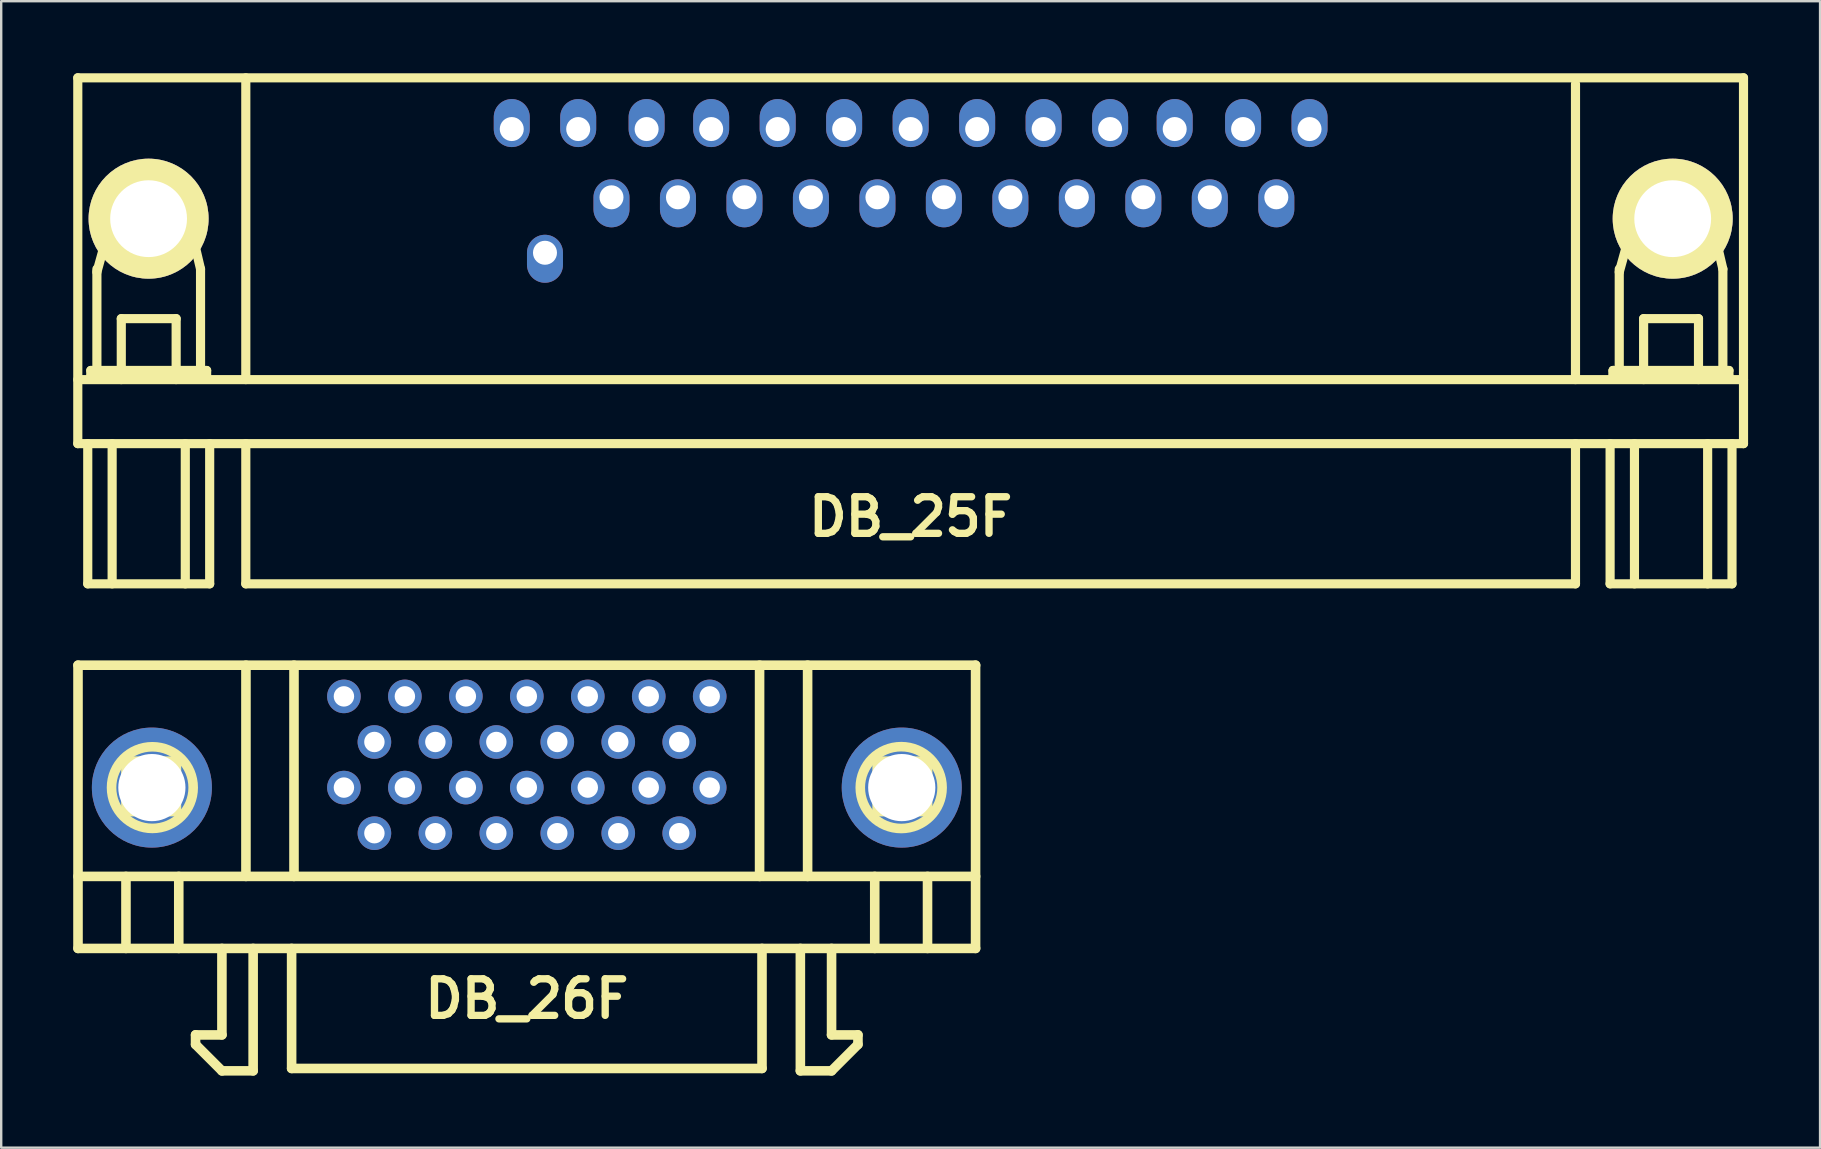
<source format=kicad_pcb>
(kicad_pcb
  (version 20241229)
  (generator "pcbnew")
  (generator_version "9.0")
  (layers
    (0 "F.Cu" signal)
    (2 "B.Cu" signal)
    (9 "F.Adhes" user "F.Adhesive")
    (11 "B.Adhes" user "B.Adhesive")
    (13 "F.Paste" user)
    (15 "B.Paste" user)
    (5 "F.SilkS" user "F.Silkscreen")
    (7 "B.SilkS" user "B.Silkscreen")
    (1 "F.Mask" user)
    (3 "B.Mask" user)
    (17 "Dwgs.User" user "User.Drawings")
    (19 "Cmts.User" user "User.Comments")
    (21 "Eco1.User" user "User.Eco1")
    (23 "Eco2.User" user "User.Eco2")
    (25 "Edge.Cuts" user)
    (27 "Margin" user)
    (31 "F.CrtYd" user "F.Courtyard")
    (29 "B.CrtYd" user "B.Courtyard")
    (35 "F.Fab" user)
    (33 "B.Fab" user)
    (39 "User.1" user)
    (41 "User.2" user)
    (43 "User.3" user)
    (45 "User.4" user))
  (footprint "DB_26F"
    (layer "F.Cu")
    (at 18.899 35.365)
    (property "Reference" "DB_26F" (at 0 3.2 0) (layer "F.SilkS") (effects (font (size 1.524 1.524) (thickness 0.305))))
    (attr through_hole)
    (fp_line (start -18.699 -10.701) (end -18.699 1.1) (stroke (width 0.399) (type solid)) (layer "F.SilkS"))
    (fp_line (start -18.699 -10.701) (end 18.699 -10.701) (stroke (width 0.399) (type solid)) (layer "F.SilkS"))
    (fp_line (start -18.699 1.1) (end 18.699 1.1) (stroke (width 0.399) (type solid)) (layer "F.SilkS"))
    (fp_line (start -16.701 -6.701) (end -14.6 -6.701) (stroke (width 0.399) (type solid)) (layer "F.SilkS"))
    (fp_line (start -16.701 -4.6) (end -16.701 -6.701) (stroke (width 0.399) (type solid)) (layer "F.SilkS"))
    (fp_line (start -16.701 -1.9) (end -16.701 1.1) (stroke (width 0.399) (type solid)) (layer "F.SilkS"))
    (fp_line (start -14.6 -6.701) (end -14.6 -4.6) (stroke (width 0.399) (type solid)) (layer "F.SilkS"))
    (fp_line (start -14.6 -4.6) (end -16.701 -4.6) (stroke (width 0.399) (type solid)) (layer "F.SilkS"))
    (fp_line (start -14.501 1.1) (end -14.501 -1.9) (stroke (width 0.399) (type solid)) (layer "F.SilkS"))
    (fp_line (start -13.802 4.699) (end -13.802 5.1) (stroke (width 0.399) (type solid)) (layer "F.SilkS"))
    (fp_line (start -13.8 4.704) (end -12.7 4.704) (stroke (width 0.399) (type solid)) (layer "F.SilkS"))
    (fp_line (start -12.703 4.699) (end -12.703 1.1) (stroke (width 0.399) (type solid)) (layer "F.SilkS"))
    (fp_line (start -12.703 6.2) (end -11.402 6.2) (stroke (width 0.399) (type solid)) (layer "F.SilkS"))
    (fp_line (start -12.7 6.203) (end -13.8 5.103) (stroke (width 0.399) (type solid)) (layer "F.SilkS"))
    (fp_line (start -11.702 -1.9) (end -11.702 -10.701) (stroke (width 0.399) (type solid)) (layer "F.SilkS"))
    (fp_line (start -11.402 6.2) (end -11.402 1.1) (stroke (width 0.399) (type solid)) (layer "F.SilkS"))
    (fp_line (start -9.799 6.101) (end -9.799 1.1) (stroke (width 0.399) (type solid)) (layer "F.SilkS"))
    (fp_line (start -9.799 6.101) (end 9.799 6.101) (stroke (width 0.399) (type solid)) (layer "F.SilkS"))
    (fp_line (start -9.7 -10.701) (end -9.7 -1.9) (stroke (width 0.399) (type solid)) (layer "F.SilkS"))
    (fp_line (start 9.698 -10.701) (end 9.698 -1.9) (stroke (width 0.399) (type solid)) (layer "F.SilkS"))
    (fp_line (start 9.799 6.101) (end 9.799 1.1) (stroke (width 0.399) (type solid)) (layer "F.SilkS"))
    (fp_line (start 11.397 6.2) (end 11.397 1.1) (stroke (width 0.399) (type solid)) (layer "F.SilkS"))
    (fp_line (start 11.699 -1.9) (end 11.699 -10.701) (stroke (width 0.399) (type solid)) (layer "F.SilkS"))
    (fp_line (start 12.695 6.203) (end 13.795 5.103) (stroke (width 0.399) (type solid)) (layer "F.SilkS"))
    (fp_line (start 12.697 4.699) (end 12.697 1.1) (stroke (width 0.399) (type solid)) (layer "F.SilkS"))
    (fp_line (start 12.697 6.2) (end 11.397 6.2) (stroke (width 0.399) (type solid)) (layer "F.SilkS"))
    (fp_line (start 13.795 4.704) (end 12.695 4.704) (stroke (width 0.399) (type solid)) (layer "F.SilkS"))
    (fp_line (start 13.797 4.699) (end 13.797 5.1) (stroke (width 0.399) (type solid)) (layer "F.SilkS"))
    (fp_line (start 14.496 -1.9) (end 14.496 1.1) (stroke (width 0.399) (type solid)) (layer "F.SilkS"))
    (fp_line (start 14.597 -6.701) (end 14.597 -4.6) (stroke (width 0.399) (type solid)) (layer "F.SilkS"))
    (fp_line (start 14.597 -4.6) (end 16.698 -4.6) (stroke (width 0.399) (type solid)) (layer "F.SilkS"))
    (fp_line (start 16.695 -1.9) (end 16.695 1.1) (stroke (width 0.399) (type solid)) (layer "F.SilkS"))
    (fp_line (start 16.698 -6.701) (end 14.597 -6.701) (stroke (width 0.399) (type solid)) (layer "F.SilkS"))
    (fp_line (start 16.698 -4.6) (end 16.698 -6.701) (stroke (width 0.399) (type solid)) (layer "F.SilkS"))
    (fp_line (start 18.697 1.1) (end 18.697 -10.701) (stroke (width 0.399) (type solid)) (layer "F.SilkS"))
    (fp_line (start 18.699 -1.9) (end -18.699 -1.9) (stroke (width 0.399) (type solid)) (layer "F.SilkS"))
    (fp_circle (center -15.601 -5.601) (end -17.102 -6.401) (stroke (width 0.399) (type solid)) (fill no) (layer "F.SilkS"))
    (fp_circle (center 15.598 -5.601) (end 17.3 -5.499) (stroke (width 0.399) (type solid)) (fill no) (layer "F.SilkS"))
    (pad "" thru_hole circle (at -15.621 -5.601) (size 5.001 5.001) (drill 2.799) (layers "*.Cu" "*.Mask"))
    (pad "" thru_hole circle (at 15.621 -5.601) (size 5.001 5.001) (drill 2.799) (layers "*.Cu" "*.Mask"))
    (pad "1" thru_hole circle (at 7.62 -9.401) (size 1.4 1.4) (drill 0.851) (layers "*.Cu" "*.Mask"))
    (pad "2" thru_hole circle (at 6.35 -7.501) (size 1.4 1.4) (drill 0.851) (layers "*.Cu" "*.Mask"))
    (pad "3" thru_hole circle (at 5.08 -9.401) (size 1.4 1.4) (drill 0.851) (layers "*.Cu" "*.Mask"))
    (pad "4" thru_hole circle (at 3.81 -7.501) (size 1.4 1.4) (drill 0.851) (layers "*.Cu" "*.Mask"))
    (pad "5" thru_hole circle (at 2.54 -9.401) (size 1.4 1.4) (drill 0.851) (layers "*.Cu" "*.Mask"))
    (pad "6" thru_hole circle (at 1.27 -7.501) (size 1.4 1.4) (drill 0.851) (layers "*.Cu" "*.Mask"))
    (pad "7" thru_hole circle (at 0 -9.401) (size 1.4 1.4) (drill 0.851) (layers "*.Cu" "*.Mask"))
    (pad "8" thru_hole circle (at -1.27 -7.501) (size 1.4 1.4) (drill 0.851) (layers "*.Cu" "*.Mask"))
    (pad "9" thru_hole circle (at -2.54 -9.401) (size 1.4 1.4) (drill 0.851) (layers "*.Cu" "*.Mask"))
    (pad "10" thru_hole circle (at -3.81 -7.501) (size 1.4 1.4) (drill 0.851) (layers "*.Cu" "*.Mask"))
    (pad "11" thru_hole circle (at -5.08 -9.401) (size 1.4 1.4) (drill 0.851) (layers "*.Cu" "*.Mask"))
    (pad "12" thru_hole circle (at -6.35 -7.501) (size 1.4 1.4) (drill 0.851) (layers "*.Cu" "*.Mask"))
    (pad "13" thru_hole circle (at -7.62 -9.401) (size 1.4 1.4) (drill 0.851) (layers "*.Cu" "*.Mask"))
    (pad "14" thru_hole circle (at 7.62 -5.601) (size 1.4 1.4) (drill 0.851) (layers "*.Cu" "*.Mask"))
    (pad "15" thru_hole circle (at 6.35 -3.701) (size 1.4 1.4) (drill 0.851) (layers "*.Cu" "*.Mask"))
    (pad "16" thru_hole circle (at 5.08 -5.601) (size 1.4 1.4) (drill 0.851) (layers "*.Cu" "*.Mask"))
    (pad "17" thru_hole circle (at 3.81 -3.701) (size 1.4 1.4) (drill 0.851) (layers "*.Cu" "*.Mask"))
    (pad "18" thru_hole circle (at 2.54 -5.601) (size 1.4 1.4) (drill 0.851) (layers "*.Cu" "*.Mask"))
    (pad "19" thru_hole circle (at 1.27 -3.701) (size 1.4 1.4) (drill 0.851) (layers "*.Cu" "*.Mask"))
    (pad "20" thru_hole circle (at 0 -5.601) (size 1.4 1.4) (drill 0.851) (layers "*.Cu" "*.Mask"))
    (pad "21" thru_hole circle (at -1.27 -3.701) (size 1.4 1.4) (drill 0.851) (layers "*.Cu" "*.Mask"))
    (pad "22" thru_hole circle (at -2.54 -5.601) (size 1.4 1.4) (drill 0.851) (layers "*.Cu" "*.Mask"))
    (pad "23" thru_hole circle (at -3.81 -3.701) (size 1.4 1.4) (drill 0.851) (layers "*.Cu" "*.Mask"))
    (pad "24" thru_hole circle (at -5.08 -5.601) (size 1.4 1.4) (drill 0.851) (layers "*.Cu" "*.Mask"))
    (pad "25" thru_hole circle (at -6.35 -3.701) (size 1.4 1.4) (drill 0.851) (layers "*.Cu" "*.Mask"))
    (pad "26" thru_hole circle (at -7.62 -5.601) (size 1.4 1.4) (drill 0.851) (layers "*.Cu" "*.Mask")))
  (footprint "DB_25F"
    (layer "F.Cu")
    (at 34.891 10.861)
    (property "Reference" "DB_25F" (at 0 7.62 0) (layer "F.SilkS") (effects (font (size 1.524 1.524) (thickness 0.305))))
    (attr through_hole)
    (fp_line (start -34.7 -10.67) (end -34.7 4.572) (stroke (width 0.381) (type solid)) (layer "F.SilkS"))
    (fp_line (start -34.7 1.905) (end 34.7 1.905) (stroke (width 0.381) (type solid)) (layer "F.SilkS"))
    (fp_line (start -34.285 4.572) (end -34.285 10.414) (stroke (width 0.381) (type solid)) (layer "F.SilkS"))
    (fp_line (start -34.285 10.414) (end -29.205 10.414) (stroke (width 0.381) (type solid)) (layer "F.SilkS"))
    (fp_line (start -34.158 1.524) (end -34.158 1.778) (stroke (width 0.381) (type solid)) (layer "F.SilkS"))
    (fp_line (start -34.158 1.778) (end -29.332 1.778) (stroke (width 0.381) (type solid)) (layer "F.SilkS"))
    (fp_line (start -33.904 -2.576) (end -33.269 -4.862) (stroke (width 0.381) (type solid)) (layer "F.SilkS"))
    (fp_line (start -33.904 1.524) (end -33.904 -2.703) (stroke (width 0.381) (type solid)) (layer "F.SilkS"))
    (fp_line (start -33.269 -4.862) (end -30.094 -4.862) (stroke (width 0.381) (type solid)) (layer "F.SilkS"))
    (fp_line (start -33.269 4.572) (end -33.269 10.414) (stroke (width 0.381) (type solid)) (layer "F.SilkS"))
    (fp_line (start -32.888 -0.635) (end -30.602 -0.635) (stroke (width 0.381) (type solid)) (layer "F.SilkS"))
    (fp_line (start -32.888 1.905) (end -32.888 -0.635) (stroke (width 0.381) (type solid)) (layer "F.SilkS"))
    (fp_line (start -30.602 -0.635) (end -30.602 1.905) (stroke (width 0.381) (type solid)) (layer "F.SilkS"))
    (fp_line (start -30.221 4.572) (end -30.221 10.414) (stroke (width 0.381) (type solid)) (layer "F.SilkS"))
    (fp_line (start -30.094 -4.862) (end -29.586 -2.703) (stroke (width 0.381) (type solid)) (layer "F.SilkS"))
    (fp_line (start -29.586 -2.703) (end -29.586 1.524) (stroke (width 0.381) (type solid)) (layer "F.SilkS"))
    (fp_line (start -29.332 1.524) (end -34.158 1.524) (stroke (width 0.381) (type solid)) (layer "F.SilkS"))
    (fp_line (start -29.332 1.778) (end -29.332 1.524) (stroke (width 0.381) (type solid)) (layer "F.SilkS"))
    (fp_line (start -29.205 4.572) (end -29.205 10.414) (stroke (width 0.381) (type solid)) (layer "F.SilkS"))
    (fp_line (start -27.7 1.905) (end -27.7 -10.668) (stroke (width 0.381) (type solid)) (layer "F.SilkS"))
    (fp_line (start -27.7 4.572) (end -27.7 10.414) (stroke (width 0.381) (type solid)) (layer "F.SilkS"))
    (fp_line (start 27.7 1.905) (end 27.7 -10.414) (stroke (width 0.381) (type solid)) (layer "F.SilkS"))
    (fp_line (start 27.7 10.414) (end -27.7 10.414) (stroke (width 0.381) (type solid)) (layer "F.SilkS"))
    (fp_line (start 27.7 10.414) (end 27.7 4.572) (stroke (width 0.381) (type solid)) (layer "F.SilkS"))
    (fp_line (start 29.142 4.572) (end 29.142 10.414) (stroke (width 0.381) (type solid)) (layer "F.SilkS"))
    (fp_line (start 29.142 10.414) (end 34.221 10.414) (stroke (width 0.381) (type solid)) (layer "F.SilkS"))
    (fp_line (start 29.268 1.524) (end 29.268 1.778) (stroke (width 0.381) (type solid)) (layer "F.SilkS"))
    (fp_line (start 29.268 1.524) (end 29.268 1.778) (stroke (width 0.381) (type solid)) (layer "F.SilkS"))
    (fp_line (start 29.268 1.778) (end 34.094 1.778) (stroke (width 0.381) (type solid)) (layer "F.SilkS"))
    (fp_line (start 29.523 -2.576) (end 30.157 -4.862) (stroke (width 0.381) (type solid)) (layer "F.SilkS"))
    (fp_line (start 29.523 1.524) (end 29.523 -2.703) (stroke (width 0.381) (type solid)) (layer "F.SilkS"))
    (fp_line (start 30.157 -4.862) (end 33.333 -4.862) (stroke (width 0.381) (type solid)) (layer "F.SilkS"))
    (fp_line (start 30.157 4.572) (end 30.157 10.414) (stroke (width 0.381) (type solid)) (layer "F.SilkS"))
    (fp_line (start 30.538 -0.635) (end 32.825 -0.635) (stroke (width 0.381) (type solid)) (layer "F.SilkS"))
    (fp_line (start 30.538 1.905) (end 30.538 -0.635) (stroke (width 0.381) (type solid)) (layer "F.SilkS"))
    (fp_line (start 32.825 -0.635) (end 32.825 1.905) (stroke (width 0.381) (type solid)) (layer "F.SilkS"))
    (fp_line (start 33.206 4.572) (end 33.206 10.414) (stroke (width 0.381) (type solid)) (layer "F.SilkS"))
    (fp_line (start 33.333 -4.862) (end 33.84 -2.703) (stroke (width 0.381) (type solid)) (layer "F.SilkS"))
    (fp_line (start 33.84 -2.703) (end 33.84 1.524) (stroke (width 0.381) (type solid)) (layer "F.SilkS"))
    (fp_line (start 34.094 1.524) (end 29.268 1.524) (stroke (width 0.381) (type solid)) (layer "F.SilkS"))
    (fp_line (start 34.094 1.778) (end 34.094 1.524) (stroke (width 0.381) (type solid)) (layer "F.SilkS"))
    (fp_line (start 34.221 4.572) (end 34.221 10.414) (stroke (width 0.381) (type solid)) (layer "F.SilkS"))
    (fp_line (start 34.7 -10.67) (end 34.7 4.572) (stroke (width 0.381) (type solid)) (layer "F.SilkS"))
    (fp_line (start 34.7 -10.668) (end -34.7 -10.668) (stroke (width 0.381) (type solid)) (layer "F.SilkS"))
    (fp_line (start 34.7 4.572) (end -34.7 4.572) (stroke (width 0.381) (type solid)) (layer "F.SilkS"))
    (pad "" thru_hole circle (at -31.75 -4.8) (size 5 5) (drill 3.2) (layers "*.Cu" "*.Mask" "F.SilkS"))
    (pad "" thru_hole circle (at 31.75 -4.8) (size 5 5) (drill 3.2) (layers "*.Cu" "*.Mask" "F.SilkS"))
    (pad "1" thru_hole oval (at 16.619 -8.534) (size 1.5 2) (drill 1 (offset 0 -0.25)) (layers "*.Cu" "*.Mask"))
    (pad "2" thru_hole oval (at 13.851 -8.534) (size 1.5 2) (drill 1 (offset 0 -0.25)) (layers "*.Cu" "*.Mask"))
    (pad "3" thru_hole oval (at 11.001 -8.534) (size 1.5 2) (drill 1 (offset 0 -0.25)) (layers "*.Cu" "*.Mask"))
    (pad "4" thru_hole oval (at 8.311 -8.534) (size 1.5 2) (drill 1 (offset 0 -0.25)) (layers "*.Cu" "*.Mask"))
    (pad "5" thru_hole oval (at 5.54 -8.534) (size 1.5 2) (drill 1 (offset 0 -0.25)) (layers "*.Cu" "*.Mask"))
    (pad "6" thru_hole oval (at 2.771 -8.534) (size 1.5 2) (drill 1 (offset 0 -0.25)) (layers "*.Cu" "*.Mask"))
    (pad "7" thru_hole oval (at 0 -8.534) (size 1.5 2) (drill 1 (offset 0 -0.25)) (layers "*.Cu" "*.Mask"))
    (pad "8" thru_hole oval (at -2.771 -8.534) (size 1.5 2) (drill 1 (offset 0 -0.25)) (layers "*.Cu" "*.Mask"))
    (pad "9" thru_hole oval (at -5.54 -8.534) (size 1.5 2) (drill 1 (offset 0 -0.25)) (layers "*.Cu" "*.Mask"))
    (pad "10" thru_hole oval (at -8.311 -8.534) (size 1.5 2) (drill 1 (offset 0 -0.25)) (layers "*.Cu" "*.Mask"))
    (pad "11" thru_hole oval (at -11.001 -8.534) (size 1.5 2) (drill 1 (offset 0 -0.25)) (layers "*.Cu" "*.Mask"))
    (pad "12" thru_hole oval (at -13.851 -8.534) (size 1.5 2) (drill 1 (offset 0 -0.25)) (layers "*.Cu" "*.Mask"))
    (pad "13" thru_hole oval (at -16.619 -8.534) (size 1.5 2) (drill 1 (offset 0 -0.25)) (layers "*.Cu" "*.Mask"))
    (pad "14" thru_hole oval (at 15.235 -5.69) (size 1.5 2) (drill 1 (offset 0 0.25)) (layers "*.Cu" "*.Mask"))
    (pad "15" thru_hole oval (at 12.464 -5.69) (size 1.5 2) (drill 1 (offset 0 0.25)) (layers "*.Cu" "*.Mask"))
    (pad "16" thru_hole oval (at 9.695 -5.69) (size 1.5 2) (drill 1 (offset 0 0.25)) (layers "*.Cu" "*.Mask"))
    (pad "17" thru_hole oval (at 6.924 -5.69) (size 1.5 2) (drill 1 (offset 0 0.25)) (layers "*.Cu" "*.Mask"))
    (pad "18" thru_hole oval (at 4.155 -5.69) (size 1.5 2) (drill 1 (offset 0 0.25)) (layers "*.Cu" "*.Mask"))
    (pad "19" thru_hole oval (at 1.384 -5.69) (size 1.5 2) (drill 1 (offset 0 0.25)) (layers "*.Cu" "*.Mask"))
    (pad "20" thru_hole oval (at -1.384 -5.69) (size 1.5 2) (drill 1 (offset 0 0.25)) (layers "*.Cu" "*.Mask"))
    (pad "21" thru_hole oval (at -4.155 -5.69) (size 1.5 2) (drill 1 (offset 0 0.25)) (layers "*.Cu" "*.Mask"))
    (pad "22" thru_hole oval (at -6.924 -5.69) (size 1.5 2) (drill 1 (offset 0 0.25)) (layers "*.Cu" "*.Mask"))
    (pad "23" thru_hole oval (at -9.695 -5.69) (size 1.5 2) (drill 1 (offset 0 0.25)) (layers "*.Cu" "*.Mask"))
    (pad "24" thru_hole oval (at -12.464 -5.69) (size 1.5 2) (drill 1 (offset 0 0.25)) (layers "*.Cu" "*.Mask"))
    (pad "25" thru_hole oval (at -15.235 -3.38) (size 1.5 2) (drill 1 (offset 0 0.25)) (layers "*.Cu" "*.Mask")))
  (gr_rect
    (start -3 -3)
    (end 72.781 44.767)
    (stroke (width 0.1) (type default))
    (fill no)
    (layer "Edge.Cuts")))
</source>
